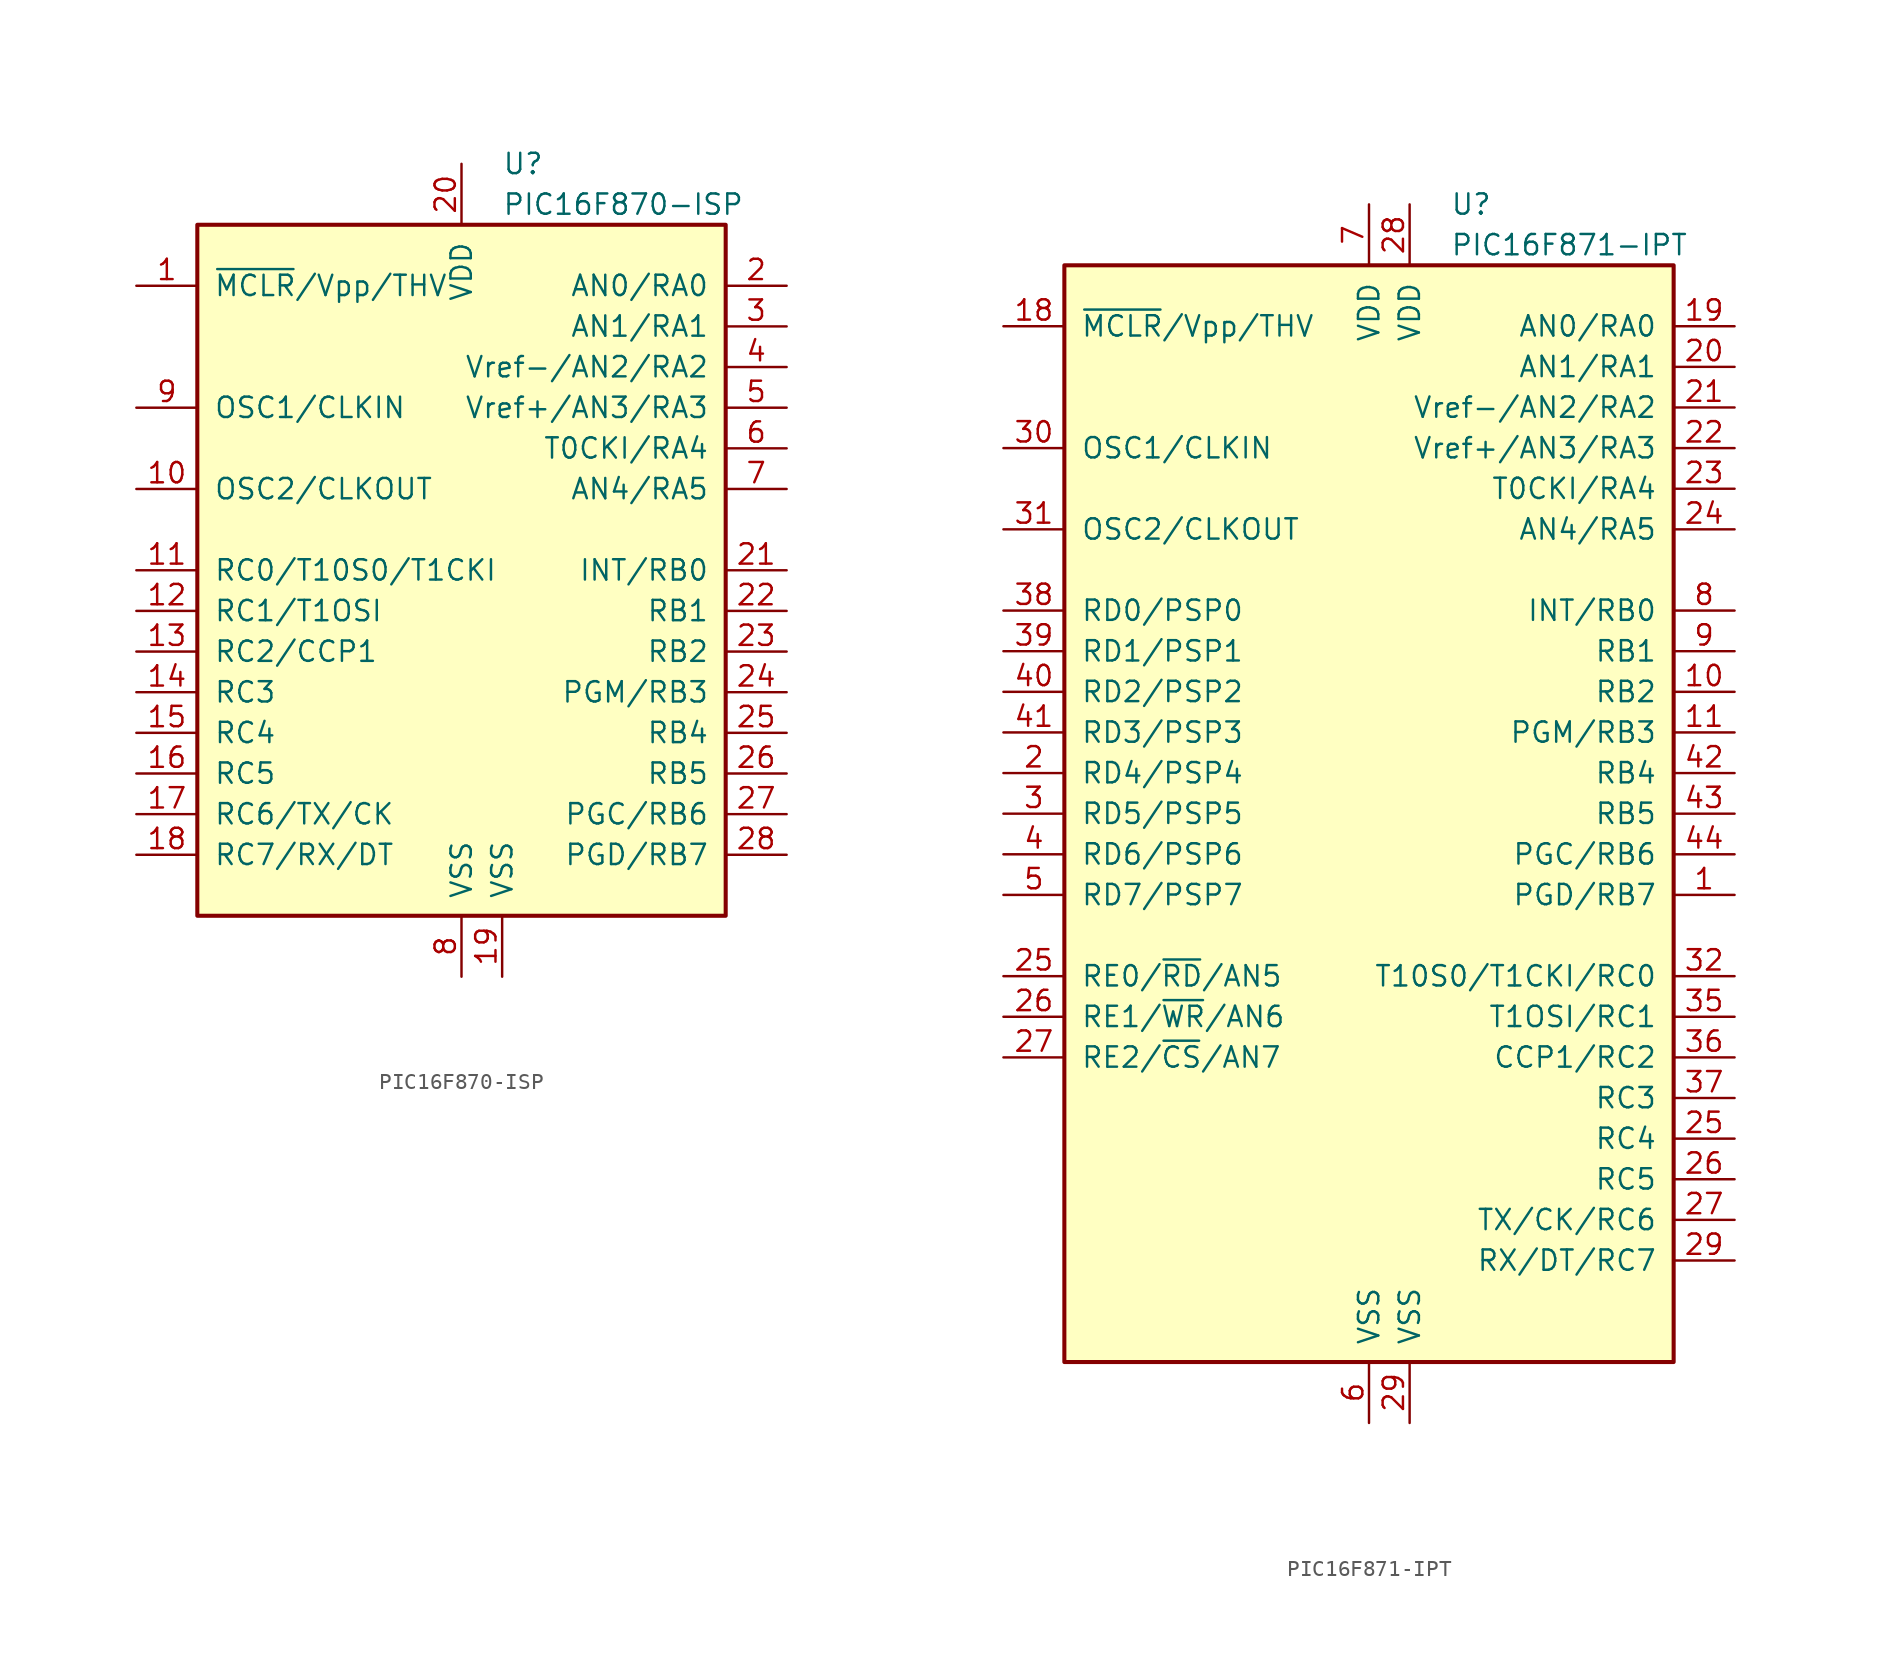
<source format=kicad_sym>
(kicad_symbol_lib
  (version 20220914)
  (generator kicad_symbol_editor)
  (symbol "PIC16F870-ISP"
    (pin_names
      (offset 1.016))
    (property "Reference" "U"
      (at 2.54 25.4 0)
      (effects (font (size 1.27 1.27)) (justify left)))
    (property "Value" "PIC16F870-ISP"
      (at 2.54 22.86 0)
      (effects (font (size 1.27 1.27)) (justify left)))
    (symbol "PIC16F870-ISP_0_1"
      (rectangle (start -16.51 -21.59) (end 16.51 21.59) (stroke (width 0.254) (type default)) (fill (type background))))
    (symbol "PIC16F870-ISP_1_1"
      (pin input line (at -20.32 17.78 0) (length 3.81) (name "~{MCLR}/Vpp/THV" (effects (font (size 1.27 1.27)))) (number "1" (effects (font (size 1.27 1.27)))))
      (pin output line (at -20.32 5.08 0) (length 3.81) (name "OSC2/CLKOUT" (effects (font (size 1.27 1.27)))) (number "10" (effects (font (size 1.27 1.27)))))
      (pin bidirectional line (at -20.32 0 0) (length 3.81) (name "RC0/T10S0/T1CKI" (effects (font (size 1.27 1.27)))) (number "11" (effects (font (size 1.27 1.27)))))
      (pin bidirectional line (at -20.32 -2.54 0) (length 3.81) (name "RC1/T1OSI" (effects (font (size 1.27 1.27)))) (number "12" (effects (font (size 1.27 1.27)))))
      (pin bidirectional line (at -20.32 -5.08 0) (length 3.81) (name "RC2/CCP1" (effects (font (size 1.27 1.27)))) (number "13" (effects (font (size 1.27 1.27)))))
      (pin bidirectional line (at -20.32 -7.62 0) (length 3.81) (name "RC3" (effects (font (size 1.27 1.27)))) (number "14" (effects (font (size 1.27 1.27)))))
      (pin bidirectional line (at -20.32 -10.16 0) (length 3.81) (name "RC4" (effects (font (size 1.27 1.27)))) (number "15" (effects (font (size 1.27 1.27)))))
      (pin bidirectional line (at -20.32 -12.7 0) (length 3.81) (name "RC5" (effects (font (size 1.27 1.27)))) (number "16" (effects (font (size 1.27 1.27)))))
      (pin bidirectional line (at -20.32 -15.24 0) (length 3.81) (name "RC6/TX/CK" (effects (font (size 1.27 1.27)))) (number "17" (effects (font (size 1.27 1.27)))))
      (pin bidirectional line (at -20.32 -17.78 0) (length 3.81) (name "RC7/RX/DT" (effects (font (size 1.27 1.27)))) (number "18" (effects (font (size 1.27 1.27)))))
      (pin power_in line (at 2.54 -25.4 90) (length 3.81) (name "VSS" (effects (font (size 1.27 1.27)))) (number "19" (effects (font (size 1.27 1.27)))))
      (pin bidirectional line (at 20.32 17.78 180) (length 3.81) (name "AN0/RA0" (effects (font (size 1.27 1.27)))) (number "2" (effects (font (size 1.27 1.27)))))
      (pin power_in line (at 0 25.4 270) (length 3.81) (name "VDD" (effects (font (size 1.27 1.27)))) (number "20" (effects (font (size 1.27 1.27)))))
      (pin bidirectional line (at 20.32 0 180) (length 3.81) (name "INT/RB0" (effects (font (size 1.27 1.27)))) (number "21" (effects (font (size 1.27 1.27)))))
      (pin bidirectional line (at 20.32 -2.54 180) (length 3.81) (name "RB1" (effects (font (size 1.27 1.27)))) (number "22" (effects (font (size 1.27 1.27)))))
      (pin bidirectional line (at 20.32 -5.08 180) (length 3.81) (name "RB2" (effects (font (size 1.27 1.27)))) (number "23" (effects (font (size 1.27 1.27)))))
      (pin bidirectional line (at 20.32 -7.62 180) (length 3.81) (name "PGM/RB3" (effects (font (size 1.27 1.27)))) (number "24" (effects (font (size 1.27 1.27)))))
      (pin bidirectional line (at 20.32 -10.16 180) (length 3.81) (name "RB4" (effects (font (size 1.27 1.27)))) (number "25" (effects (font (size 1.27 1.27)))))
      (pin bidirectional line (at 20.32 -12.7 180) (length 3.81) (name "RB5" (effects (font (size 1.27 1.27)))) (number "26" (effects (font (size 1.27 1.27)))))
      (pin bidirectional line (at 20.32 -15.24 180) (length 3.81) (name "PGC/RB6" (effects (font (size 1.27 1.27)))) (number "27" (effects (font (size 1.27 1.27)))))
      (pin bidirectional line (at 20.32 -17.78 180) (length 3.81) (name "PGD/RB7" (effects (font (size 1.27 1.27)))) (number "28" (effects (font (size 1.27 1.27)))))
      (pin bidirectional line (at 20.32 15.24 180) (length 3.81) (name "AN1/RA1" (effects (font (size 1.27 1.27)))) (number "3" (effects (font (size 1.27 1.27)))))
      (pin bidirectional line (at 20.32 12.7 180) (length 3.81) (name "Vref-/AN2/RA2" (effects (font (size 1.27 1.27)))) (number "4" (effects (font (size 1.27 1.27)))))
      (pin bidirectional line (at 20.32 10.16 180) (length 3.81) (name "Vref+/AN3/RA3" (effects (font (size 1.27 1.27)))) (number "5" (effects (font (size 1.27 1.27)))))
      (pin bidirectional line (at 20.32 7.62 180) (length 3.81) (name "T0CKI/RA4" (effects (font (size 1.27 1.27)))) (number "6" (effects (font (size 1.27 1.27)))))
      (pin bidirectional line (at 20.32 5.08 180) (length 3.81) (name "AN4/RA5" (effects (font (size 1.27 1.27)))) (number "7" (effects (font (size 1.27 1.27)))))
      (pin power_in line (at 0 -25.4 90) (length 3.81) (name "VSS" (effects (font (size 1.27 1.27)))) (number "8" (effects (font (size 1.27 1.27)))))
      (pin input line (at -20.32 10.16 0) (length 3.81) (name "OSC1/CLKIN" (effects (font (size 1.27 1.27)))) (number "9" (effects (font (size 1.27 1.27)))))))
  (symbol "PIC16F871-IPT"
    (pin_names
      (offset 1.016))
    (property "Reference" "U"
      (at 5.08 38.1 0)
      (effects (font (size 1.27 1.27)) (justify left)))
    (property "Value" "PIC16F871-IPT"
      (at 5.08 35.56 0)
      (effects (font (size 1.27 1.27)) (justify left)))
    (symbol "PIC16F871-IPT_0_1"
      (rectangle (start -19.05 -34.29) (end 19.05 34.29) (stroke (width 0.254) (type default)) (fill (type background))))
    (symbol "PIC16F871-IPT_1_1"
      (pin bidirectional line (at 22.86 -5.08 180) (length 3.81) (name "PGD/RB7" (effects (font (size 1.27 1.27)))) (number "1" (effects (font (size 1.27 1.27)))))
      (pin bidirectional line (at 22.86 7.62 180) (length 3.81) (name "RB2" (effects (font (size 1.27 1.27)))) (number "10" (effects (font (size 1.27 1.27)))))
      (pin bidirectional line (at 22.86 5.08 180) (length 3.81) (name "PGM/RB3" (effects (font (size 1.27 1.27)))) (number "11" (effects (font (size 1.27 1.27)))))
      (pin input line (at -22.86 30.48 0) (length 3.81) (name "~{MCLR}/Vpp/THV" (effects (font (size 1.27 1.27)))) (number "18" (effects (font (size 1.27 1.27)))))
      (pin bidirectional line (at 22.86 30.48 180) (length 3.81) (name "AN0/RA0" (effects (font (size 1.27 1.27)))) (number "19" (effects (font (size 1.27 1.27)))))
      (pin bidirectional line (at -22.86 2.54 0) (length 3.81) (name "RD4/PSP4" (effects (font (size 1.27 1.27)))) (number "2" (effects (font (size 1.27 1.27)))))
      (pin bidirectional line (at 22.86 27.94 180) (length 3.81) (name "AN1/RA1" (effects (font (size 1.27 1.27)))) (number "20" (effects (font (size 1.27 1.27)))))
      (pin bidirectional line (at 22.86 25.4 180) (length 3.81) (name "Vref-/AN2/RA2" (effects (font (size 1.27 1.27)))) (number "21" (effects (font (size 1.27 1.27)))))
      (pin bidirectional line (at 22.86 22.86 180) (length 3.81) (name "Vref+/AN3/RA3" (effects (font (size 1.27 1.27)))) (number "22" (effects (font (size 1.27 1.27)))))
      (pin bidirectional line (at 22.86 20.32 180) (length 3.81) (name "T0CKI/RA4" (effects (font (size 1.27 1.27)))) (number "23" (effects (font (size 1.27 1.27)))))
      (pin bidirectional line (at 22.86 17.78 180) (length 3.81) (name "AN4/RA5" (effects (font (size 1.27 1.27)))) (number "24" (effects (font (size 1.27 1.27)))))
      (pin bidirectional line (at 22.86 -20.32 180) (length 3.81) (name "RC4" (effects (font (size 1.27 1.27)))) (number "25" (effects (font (size 1.27 1.27)))))
      (pin bidirectional line (at -22.86 -10.16 0) (length 3.81) (name "RE0/~{RD}/AN5" (effects (font (size 1.27 1.27)))) (number "25" (effects (font (size 1.27 1.27)))))
      (pin bidirectional line (at 22.86 -22.86 180) (length 3.81) (name "RC5" (effects (font (size 1.27 1.27)))) (number "26" (effects (font (size 1.27 1.27)))))
      (pin bidirectional line (at -22.86 -12.7 0) (length 3.81) (name "RE1/~{WR}/AN6" (effects (font (size 1.27 1.27)))) (number "26" (effects (font (size 1.27 1.27)))))
      (pin bidirectional line (at -22.86 -15.24 0) (length 3.81) (name "RE2/~{CS}/AN7" (effects (font (size 1.27 1.27)))) (number "27" (effects (font (size 1.27 1.27)))))
      (pin bidirectional line (at 22.86 -25.4 180) (length 3.81) (name "TX/CK/RC6" (effects (font (size 1.27 1.27)))) (number "27" (effects (font (size 1.27 1.27)))))
      (pin power_in line (at 2.54 38.1 270) (length 3.81) (name "VDD" (effects (font (size 1.27 1.27)))) (number "28" (effects (font (size 1.27 1.27)))))
      (pin bidirectional line (at 22.86 -27.94 180) (length 3.81) (name "RX/DT/RC7" (effects (font (size 1.27 1.27)))) (number "29" (effects (font (size 1.27 1.27)))))
      (pin power_in line (at 2.54 -38.1 90) (length 3.81) (name "VSS" (effects (font (size 1.27 1.27)))) (number "29" (effects (font (size 1.27 1.27)))))
      (pin bidirectional line (at -22.86 0 0) (length 3.81) (name "RD5/PSP5" (effects (font (size 1.27 1.27)))) (number "3" (effects (font (size 1.27 1.27)))))
      (pin input line (at -22.86 22.86 0) (length 3.81) (name "OSC1/CLKIN" (effects (font (size 1.27 1.27)))) (number "30" (effects (font (size 1.27 1.27)))))
      (pin output line (at -22.86 17.78 0) (length 3.81) (name "OSC2/CLKOUT" (effects (font (size 1.27 1.27)))) (number "31" (effects (font (size 1.27 1.27)))))
      (pin bidirectional line (at 22.86 -10.16 180) (length 3.81) (name "T10S0/T1CKI/RC0" (effects (font (size 1.27 1.27)))) (number "32" (effects (font (size 1.27 1.27)))))
      (pin bidirectional line (at 22.86 -12.7 180) (length 3.81) (name "T1OSI/RC1" (effects (font (size 1.27 1.27)))) (number "35" (effects (font (size 1.27 1.27)))))
      (pin bidirectional line (at 22.86 -15.24 180) (length 3.81) (name "CCP1/RC2" (effects (font (size 1.27 1.27)))) (number "36" (effects (font (size 1.27 1.27)))))
      (pin bidirectional line (at 22.86 -17.78 180) (length 3.81) (name "RC3" (effects (font (size 1.27 1.27)))) (number "37" (effects (font (size 1.27 1.27)))))
      (pin bidirectional line (at -22.86 12.7 0) (length 3.81) (name "RD0/PSP0" (effects (font (size 1.27 1.27)))) (number "38" (effects (font (size 1.27 1.27)))))
      (pin bidirectional line (at -22.86 10.16 0) (length 3.81) (name "RD1/PSP1" (effects (font (size 1.27 1.27)))) (number "39" (effects (font (size 1.27 1.27)))))
      (pin bidirectional line (at -22.86 -2.54 0) (length 3.81) (name "RD6/PSP6" (effects (font (size 1.27 1.27)))) (number "4" (effects (font (size 1.27 1.27)))))
      (pin bidirectional line (at -22.86 7.62 0) (length 3.81) (name "RD2/PSP2" (effects (font (size 1.27 1.27)))) (number "40" (effects (font (size 1.27 1.27)))))
      (pin bidirectional line (at -22.86 5.08 0) (length 3.81) (name "RD3/PSP3" (effects (font (size 1.27 1.27)))) (number "41" (effects (font (size 1.27 1.27)))))
      (pin bidirectional line (at 22.86 2.54 180) (length 3.81) (name "RB4" (effects (font (size 1.27 1.27)))) (number "42" (effects (font (size 1.27 1.27)))))
      (pin bidirectional line (at 22.86 0 180) (length 3.81) (name "RB5" (effects (font (size 1.27 1.27)))) (number "43" (effects (font (size 1.27 1.27)))))
      (pin bidirectional line (at 22.86 -2.54 180) (length 3.81) (name "PGC/RB6" (effects (font (size 1.27 1.27)))) (number "44" (effects (font (size 1.27 1.27)))))
      (pin bidirectional line (at -22.86 -5.08 0) (length 3.81) (name "RD7/PSP7" (effects (font (size 1.27 1.27)))) (number "5" (effects (font (size 1.27 1.27)))))
      (pin power_in line (at 0 -38.1 90) (length 3.81) (name "VSS" (effects (font (size 1.27 1.27)))) (number "6" (effects (font (size 1.27 1.27)))))
      (pin power_in line (at 0 38.1 270) (length 3.81) (name "VDD" (effects (font (size 1.27 1.27)))) (number "7" (effects (font (size 1.27 1.27)))))
      (pin bidirectional line (at 22.86 12.7 180) (length 3.81) (name "INT/RB0" (effects (font (size 1.27 1.27)))) (number "8" (effects (font (size 1.27 1.27)))))
      (pin bidirectional line (at 22.86 10.16 180) (length 3.81) (name "RB1" (effects (font (size 1.27 1.27)))) (number "9" (effects (font (size 1.27 1.27))))))))
</source>
